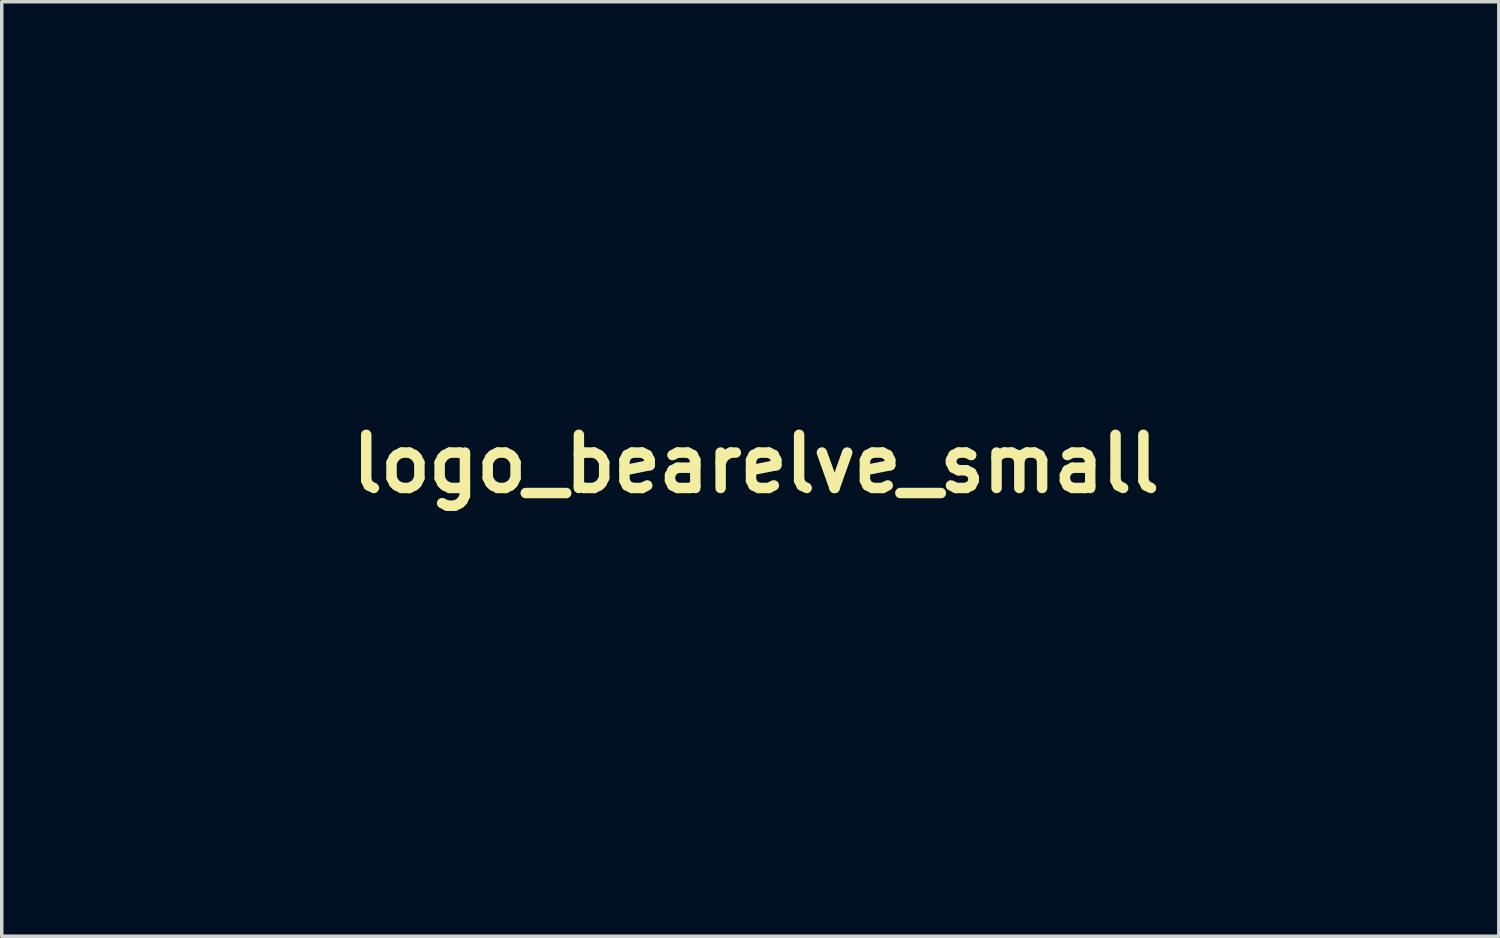
<source format=kicad_pcb>
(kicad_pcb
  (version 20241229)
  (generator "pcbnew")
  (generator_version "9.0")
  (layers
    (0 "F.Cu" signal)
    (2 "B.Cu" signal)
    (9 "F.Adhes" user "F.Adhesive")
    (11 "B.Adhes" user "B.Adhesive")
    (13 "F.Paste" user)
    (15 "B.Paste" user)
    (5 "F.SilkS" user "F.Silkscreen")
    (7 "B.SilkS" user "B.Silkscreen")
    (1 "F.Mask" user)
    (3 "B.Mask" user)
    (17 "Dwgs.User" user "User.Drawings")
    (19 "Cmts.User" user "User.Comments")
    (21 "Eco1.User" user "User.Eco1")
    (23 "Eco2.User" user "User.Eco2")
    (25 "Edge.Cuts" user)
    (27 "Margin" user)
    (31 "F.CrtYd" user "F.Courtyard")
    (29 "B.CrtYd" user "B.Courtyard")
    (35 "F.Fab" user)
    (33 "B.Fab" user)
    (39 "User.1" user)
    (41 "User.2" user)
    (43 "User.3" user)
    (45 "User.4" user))
  (footprint "logo_bearelve_small"
    (layer "F.Cu")
    (at 18.625 10.25)
    (property "Reference" "logo_bearelve_small" (at 0 0 0) (layer "F.SilkS") (effects (font (size 1.524 1.524) (thickness 0.3))))
    (attr through_hole)
    (fp_poly (pts (xy -12.531 -2.244) (xy -12.573 -2.201) (xy -12.615 -2.244) (xy -12.573 -2.286) (xy -12.531 -2.244)) (stroke (width 0.01) (type solid)) (fill yes) (layer "F.Mask"))
    (fp_poly (pts (xy -11.091 6.392) (xy -11.134 6.435) (xy -11.176 6.392) (xy -11.134 6.35) (xy -11.091 6.392)) (stroke (width 0.01) (type solid)) (fill yes) (layer "F.Mask"))
    (fp_poly (pts (xy -9.652 -1.312) (xy -9.694 -1.27) (xy -9.737 -1.312) (xy -9.694 -1.355) (xy -9.652 -1.312)) (stroke (width 0.01) (type solid)) (fill yes) (layer "F.Mask"))
    (fp_poly (pts (xy -7.959 -0.55) (xy -8.001 -0.508) (xy -8.043 -0.55) (xy -8.001 -0.593) (xy -7.959 -0.55)) (stroke (width 0.01) (type solid)) (fill yes) (layer "F.Mask"))
    (fp_poly (pts (xy -6.265 -5.884) (xy -6.308 -5.842) (xy -6.35 -5.884) (xy -6.308 -5.927) (xy -6.265 -5.884)) (stroke (width 0.01) (type solid)) (fill yes) (layer "F.Mask"))
    (fp_poly (pts (xy -3.387 0.804) (xy -3.429 0.847) (xy -3.471 0.804) (xy -3.429 0.762) (xy -3.387 0.804)) (stroke (width 0.01) (type solid)) (fill yes) (layer "F.Mask"))
    (fp_poly (pts (xy -2.201 -2.921) (xy -2.244 -2.879) (xy -2.286 -2.921) (xy -2.244 -2.963) (xy -2.201 -2.921)) (stroke (width 0.01) (type solid)) (fill yes) (layer "F.Mask"))
    (fp_poly (pts (xy -1.778 0.042) (xy -1.82 0.085) (xy -1.863 0.042) (xy -1.82 0) (xy -1.778 0.042)) (stroke (width 0.01) (type solid)) (fill yes) (layer "F.Mask"))
    (fp_poly (pts (xy -1.609 0.042) (xy -1.651 0.085) (xy -1.693 0.042) (xy -1.651 0) (xy -1.609 0.042)) (stroke (width 0.01) (type solid)) (fill yes) (layer "F.Mask"))
    (fp_poly (pts (xy -1.609 3.598) (xy -1.651 3.641) (xy -1.693 3.598) (xy -1.651 3.556) (xy -1.609 3.598)) (stroke (width 0.01) (type solid)) (fill yes) (layer "F.Mask"))
    (fp_poly (pts (xy 6.689 0.127) (xy 6.646 0.169) (xy 6.604 0.127) (xy 6.646 0.085) (xy 6.689 0.127)) (stroke (width 0.01) (type solid)) (fill yes) (layer "F.Mask"))
    (fp_poly (pts (xy 6.858 0.296) (xy 6.816 0.339) (xy 6.773 0.296) (xy 6.816 0.254) (xy 6.858 0.296)) (stroke (width 0.01) (type solid)) (fill yes) (layer "F.Mask"))
    (fp_poly (pts (xy -12.215 -2.337) (xy -12.24 -2.299) (xy -12.326 -2.293) (xy -12.416 -2.313) (xy -12.377 -2.344) (xy -12.245 -2.354) (xy -12.215 -2.337)) (stroke (width 0.01) (type solid)) (fill yes) (layer "F.Mask"))
    (fp_poly (pts (xy -10.606 -2.676) (xy -10.632 -2.637) (xy -10.717 -2.631) (xy -10.808 -2.652) (xy -10.769 -2.683) (xy -10.636 -2.693) (xy -10.606 -2.676)) (stroke (width 0.01) (type solid)) (fill yes) (layer "F.Mask"))
    (fp_poly (pts (xy -9.85 -1.242) (xy -9.861 -1.191) (xy -9.906 -1.185) (xy -9.976 -1.216) (xy -9.962 -1.242) (xy -9.862 -1.252) (xy -9.85 -1.242)) (stroke (width 0.01) (type solid)) (fill yes) (layer "F.Mask"))
    (fp_poly (pts (xy -9.596 -1.58) (xy -9.585 -1.48) (xy -9.596 -1.468) (xy -9.646 -1.479) (xy -9.652 -1.524) (xy -9.621 -1.594) (xy -9.596 -1.58)) (stroke (width 0.01) (type solid)) (fill yes) (layer "F.Mask"))
    (fp_poly (pts (xy -2.688 -0.225) (xy -2.678 -0.195) (xy -2.794 -0.183) (xy -2.914 -0.196) (xy -2.9 -0.225) (xy -2.726 -0.237) (xy -2.688 -0.225)) (stroke (width 0.01) (type solid)) (fill yes) (layer "F.Mask"))
    (fp_poly (pts (xy -2.314 -0.141) (xy -2.326 -0.091) (xy -2.371 -0.085) (xy -2.44 -0.116) (xy -2.427 -0.141) (xy -2.327 -0.151) (xy -2.314 -0.141)) (stroke (width 0.01) (type solid)) (fill yes) (layer "F.Mask"))
    (fp_poly (pts (xy -2.143 -1.963) (xy -2.133 -1.831) (xy -2.15 -1.801) (xy -2.189 -1.826) (xy -2.195 -1.912) (xy -2.174 -2.002) (xy -2.143 -1.963)) (stroke (width 0.01) (type solid)) (fill yes) (layer "F.Mask"))
    (fp_poly (pts (xy -0.531 0.288) (xy -0.556 0.326) (xy -0.642 0.332) (xy -0.732 0.311) (xy -0.693 0.281) (xy -0.561 0.271) (xy -0.531 0.288)) (stroke (width 0.01) (type solid)) (fill yes) (layer "F.Mask"))
    (fp_poly (pts (xy -3.735 -0.988) (xy -3.742 -0.874) (xy -3.771 -0.767) (xy -3.81 -0.817) (xy -3.836 -0.88) (xy -3.868 -1.03) (xy -3.854 -1.085) (xy -3.777 -1.095) (xy -3.735 -0.988)) (stroke (width 0.01) (type solid)) (fill yes) (layer "F.Mask"))
    (fp_poly (pts (xy 0.148 0.365) (xy 0.175 0.39) (xy 0.057 0.403) (xy 0 0.404) (xy -0.154 0.395) (xy -0.172 0.373) (xy -0.148 0.365) (xy 0.067 0.352) (xy 0.148 0.365)) (stroke (width 0.01) (type solid)) (fill yes) (layer "F.Mask"))
    (fp_poly (pts (xy 1.97 0.198) (xy 1.973 0.226) (xy 1.84 0.238) (xy 1.82 0.237) (xy 1.689 0.225) (xy 1.702 0.2) (xy 1.716 0.195) (xy 1.901 0.183) (xy 1.97 0.198)) (stroke (width 0.01) (type solid)) (fill yes) (layer "F.Mask"))
    (fp_poly (pts (xy -5.108 -1.579) (xy -4.975 -1.509) (xy -4.958 -1.43) (xy -5.085 -1.358) (xy -5.252 -1.407) (xy -5.334 -1.482) (xy -5.394 -1.582) (xy -5.319 -1.609) (xy -5.309 -1.609) (xy -5.108 -1.579)) (stroke (width 0.01) (type solid)) (fill yes) (layer "F.Mask"))
    (fp_poly (pts (xy -4.953 -5.883) (xy -4.911 -5.818) (xy -4.849 -5.65) (xy -4.856 -5.564) (xy -4.894 -5.51) (xy -4.904 -5.56) (xy -4.934 -5.722) (xy -4.959 -5.814) (xy -4.989 -5.921) (xy -4.953 -5.883)) (stroke (width 0.01) (type solid)) (fill yes) (layer "F.Mask"))
    (fp_poly (pts (xy 6.275 -0.122) (xy 6.397 -0.045) (xy 6.513 0.055) (xy 6.491 0.07) (xy 6.345 0.002) (xy 6.265 -0.042) (xy 6.144 -0.127) (xy 6.141 -0.166) (xy 6.143 -0.166) (xy 6.275 -0.122)) (stroke (width 0.01) (type solid)) (fill yes) (layer "F.Mask"))
    (fp_poly (pts (xy -1.182 0.128) (xy -1.016 0.169) (xy -0.888 0.218) (xy -0.918 0.236) (xy -0.974 0.237) (xy -1.189 0.211) (xy -1.355 0.169) (xy -1.482 0.121) (xy -1.453 0.103) (xy -1.397 0.102) (xy -1.182 0.128)) (stroke (width 0.01) (type solid)) (fill yes) (layer "F.Mask"))
    (fp_poly (pts (xy -1.996 2.712) (xy -1.901 2.871) (xy -1.784 3.096) (xy -1.717 3.259) (xy -1.712 3.306) (xy -1.759 3.275) (xy -1.855 3.129) (xy -1.926 2.998) (xy -2.055 2.732) (xy -2.108 2.59) (xy -2.088 2.58) (xy -1.996 2.712)) (stroke (width 0.01) (type solid)) (fill yes) (layer "F.Mask"))
    (fp_poly (pts (xy -11.032 -2.579) (xy -11.208 -2.519) (xy -11.303 -2.492) (xy -11.581 -2.424) (xy -11.815 -2.384) (xy -11.896 -2.38) (xy -11.915 -2.4) (xy -11.795 -2.447) (xy -11.599 -2.501) (xy -11.3 -2.57) (xy -11.094 -2.605) (xy -10.999 -2.608) (xy -11.032 -2.579)) (stroke (width 0.01) (type solid)) (fill yes) (layer "F.Mask"))
    (fp_poly (pts (xy 12.524 4.794) (xy 12.648 5.002) (xy 12.697 5.187) (xy 12.663 5.304) (xy 12.594 5.323) (xy 12.46 5.308) (xy 12.213 5.279) (xy 11.923 5.246) (xy 11.6 5.202) (xy 11.32 5.153) (xy 11.161 5.115) (xy 10.964 5.05) (xy 11.176 4.989) (xy 11.423 4.94) (xy 11.651 4.919) (xy 11.912 4.859) (xy 12.131 4.741) (xy 12.348 4.57) (xy 12.524 4.794)) (stroke (width 0.01) (type solid)) (fill yes) (layer "F.Mask"))
    (fp_poly (pts (xy 6.091 1.813) (xy 6.134 1.971) (xy 6.24 2.215) (xy 6.355 2.435) (xy 6.488 2.702) (xy 6.572 2.931) (xy 6.588 3.049) (xy 6.552 3.148) (xy 6.46 3.154) (xy 6.308 3.097) (xy 6.127 2.98) (xy 6.004 2.783) (xy 5.936 2.587) (xy 5.871 2.324) (xy 5.868 2.141) (xy 5.93 1.963) (xy 5.952 1.918) (xy 6.041 1.763) (xy 6.084 1.758) (xy 6.091 1.813)) (stroke (width 0.01) (type solid)) (fill yes) (layer "F.Mask"))
    (fp_poly (pts (xy -10.259 -2.413) (xy -10.28 -2.328) (xy -10.401 -2.178) (xy -10.585 -1.999) (xy -10.796 -1.825) (xy -10.995 -1.691) (xy -11.062 -1.657) (xy -11.297 -1.573) (xy -11.613 -1.483) (xy -11.824 -1.433) (xy -12.086 -1.372) (xy -12.201 -1.329) (xy -12.186 -1.293) (xy -12.107 -1.265) (xy -12.027 -1.228) (xy -12.093 -1.206) (xy -12.316 -1.194) (xy -12.361 -1.193) (xy -12.694 -1.172) (xy -13.012 -1.127) (xy -13.137 -1.098) (xy -13.343 -1.012) (xy -13.65 -0.849) (xy -14.021 -0.631) (xy -14.42 -0.382) (xy -14.811 -0.123) (xy -15.157 0.122) (xy -15.42 0.329) (xy -15.652 0.516) (xy -15.769 0.582) (xy -15.766 0.53) (xy -15.64 0.362) (xy -15.527 0.233) (xy -15.29 0.013) (xy -14.961 -0.234) (xy -14.568 -0.493) (xy -14.137 -0.751) (xy -13.697 -0.991) (xy -13.275 -1.199) (xy -12.899 -1.361) (xy -12.596 -1.462) (xy -12.393 -1.487) (xy -12.346 -1.472) (xy -12.22 -1.466) (xy -11.99 -1.506) (xy -11.708 -1.578) (xy -11.428 -1.666) (xy -11.204 -1.756) (xy -11.096 -1.822) (xy -11.037 -1.905) (xy -10.837 -1.905) (xy -10.795 -1.863) (xy -10.753 -1.905) (xy -10.795 -1.947) (xy -10.837 -1.905) (xy -11.037 -1.905) (xy -11.015 -1.936) (xy -11.062 -1.996) (xy -11.249 -2.005) (xy -11.587 -1.963) (xy -11.684 -1.947) (xy -11.986 -1.904) (xy -12.218 -1.885) (xy -12.335 -1.894) (xy -12.339 -1.896) (xy -12.316 -1.939) (xy -12.247 -1.947) (xy -12.052 -1.988) (xy -11.958 -2.03) (xy -11.807 -2.089) (xy -11.554 -2.163) (xy -11.241 -2.242) (xy -10.912 -2.317) (xy -10.611 -2.377) (xy -10.38 -2.413) (xy -10.263 -2.416) (xy -10.259 -2.413)) (stroke (width 0.01) (type solid)) (fill yes) (layer "F.Mask"))
    (fp_poly (pts (xy 7.139 0.496) (xy 7.325 0.569) (xy 7.621 0.555) (xy 7.64 0.552) (xy 7.905 0.521) (xy 8.266 0.496) (xy 8.647 0.48) (xy 8.678 0.48) (xy 9.356 0.466) (xy 9.589 0.901) (xy 9.917 1.419) (xy 10.306 1.839) (xy 10.789 2.19) (xy 11.402 2.501) (xy 11.512 2.549) (xy 12.034 2.786) (xy 12.424 3.009) (xy 12.715 3.235) (xy 12.756 3.274) (xy 12.988 3.543) (xy 13.212 3.87) (xy 13.405 4.213) (xy 13.545 4.53) (xy 13.608 4.778) (xy 13.605 4.855) (xy 13.575 4.953) (xy 13.558 4.923) (xy 13.501 4.736) (xy 13.371 4.461) (xy 13.197 4.144) (xy 13.003 3.837) (xy 12.851 3.626) (xy 12.744 3.506) (xy 12.606 3.387) (xy 12.418 3.256) (xy 12.16 3.102) (xy 11.812 2.913) (xy 11.354 2.678) (xy 10.767 2.386) (xy 10.626 2.316) (xy 10.094 2.056) (xy 9.609 1.822) (xy 9.193 1.625) (xy 8.868 1.475) (xy 8.655 1.382) (xy 8.577 1.355) (xy 8.526 1.399) (xy 8.56 1.551) (xy 8.598 1.648) (xy 8.689 1.878) (xy 8.711 1.984) (xy 8.663 2.001) (xy 8.595 1.978) (xy 8.428 1.97) (xy 8.226 2.015) (xy 8.026 2.059) (xy 7.895 2.045) (xy 7.802 1.915) (xy 7.723 1.691) (xy 7.674 1.44) (xy 7.67 1.231) (xy 7.699 1.15) (xy 7.745 1.02) (xy 7.639 0.945) (xy 7.507 0.931) (xy 7.324 0.978) (xy 7.058 1.099) (xy 6.764 1.266) (xy 6.494 1.45) (xy 6.371 1.55) (xy 6.241 1.644) (xy 6.181 1.639) (xy 6.181 1.634) (xy 6.244 1.542) (xy 6.411 1.386) (xy 6.647 1.198) (xy 6.668 1.182) (xy 6.912 0.999) (xy 7.009 0.926) (xy 8.467 0.926) (xy 8.535 1.013) (xy 8.71 1.148) (xy 8.947 1.302) (xy 9.201 1.448) (xy 9.426 1.559) (xy 9.577 1.608) (xy 9.586 1.609) (xy 9.713 1.578) (xy 9.737 1.542) (xy 9.694 1.401) (xy 9.59 1.186) (xy 9.46 0.962) (xy 9.341 0.794) (xy 9.293 0.749) (xy 9.119 0.706) (xy 9.059 0.714) (xy 8.883 0.756) (xy 8.7 0.798) (xy 8.531 0.859) (xy 8.467 0.926) (xy 7.009 0.926) (xy 7.099 0.859) (xy 7.191 0.789) (xy 7.193 0.787) (xy 7.184 0.7) (xy 7.116 0.568) (xy 7.043 0.442) (xy 7.069 0.44) (xy 7.139 0.496)) (stroke (width 0.01) (type solid)) (fill yes) (layer "F.Mask"))
    (fp_poly (pts (xy -12.277 1.674) (xy -12.233 1.694) (xy -11.962 1.762) (xy -11.561 1.747) (xy -11.307 1.727) (xy -11.138 1.734) (xy -11.095 1.756) (xy -11.16 1.944) (xy -11.337 2.242) (xy -11.62 2.642) (xy -12.002 3.132) (xy -12.159 3.445) (xy -12.192 3.668) (xy -12.223 3.903) (xy -12.3 4.074) (xy -12.308 4.083) (xy -12.413 4.221) (xy -12.537 4.424) (xy -12.645 4.628) (xy -12.699 4.767) (xy -12.7 4.779) (xy -12.632 4.822) (xy -12.587 4.826) (xy -12.491 4.889) (xy -12.482 5.039) (xy -12.557 5.219) (xy -12.596 5.269) (xy -12.663 5.352) (xy -12.679 5.426) (xy -12.628 5.53) (xy -12.495 5.702) (xy -12.364 5.86) (xy -12.182 5.981) (xy -12.037 6.011) (xy -11.89 6.045) (xy -11.881 6.131) (xy -11.857 6.255) (xy -11.693 6.332) (xy -11.508 6.35) (xy -11.37 6.414) (xy -11.345 6.51) (xy -11.297 6.631) (xy -11.134 6.726) (xy -10.831 6.809) (xy -10.761 6.823) (xy -10.598 6.928) (xy -10.505 7.117) (xy -10.5 7.166) (xy -10.431 7.278) (xy -10.372 7.312) (xy -10.258 7.404) (xy -10.27 7.5) (xy -10.378 7.535) (xy -10.547 7.592) (xy -10.629 7.653) (xy -10.762 7.717) (xy -11.018 7.788) (xy -11.35 7.852) (xy -11.49 7.873) (xy -12.012 7.957) (xy -12.394 8.044) (xy -12.627 8.132) (xy -12.7 8.213) (xy -12.658 8.274) (xy -12.518 8.318) (xy -12.261 8.345) (xy -11.869 8.359) (xy -11.459 8.363) (xy -11.05 8.366) (xy -10.784 8.378) (xy -10.63 8.403) (xy -10.563 8.446) (xy -10.553 8.499) (xy -10.507 8.589) (xy -10.341 8.684) (xy -10.035 8.797) (xy -9.902 8.839) (xy -9.566 8.955) (xy -9.276 9.08) (xy -9.084 9.19) (xy -9.062 9.208) (xy -8.896 9.313) (xy -8.624 9.413) (xy -8.232 9.511) (xy -7.709 9.61) (xy -7.042 9.711) (xy -6.221 9.818) (xy -6.096 9.833) (xy -4.53 10.022) (xy -3.725 9.781) (xy -3.144 9.589) (xy -2.727 9.412) (xy -2.471 9.248) (xy -2.372 9.094) (xy -2.371 9.074) (xy -2.313 8.939) (xy -2.165 8.745) (xy -2.032 8.604) (xy -1.842 8.389) (xy -1.717 8.191) (xy -1.689 8.096) (xy -1.686 7.957) (xy -1.679 7.679) (xy -1.67 7.291) (xy -1.659 6.825) (xy -1.646 6.309) (xy -1.646 6.308) (xy -1.634 5.762) (xy -1.623 5.238) (xy -1.614 4.772) (xy -1.608 4.405) (xy -1.605 4.191) (xy -1.603 3.683) (xy -1.442 4.022) (xy -1.312 4.332) (xy -1.195 4.672) (xy -1.175 4.741) (xy -1.106 4.992) (xy -1.061 5.145) (xy -1.015 5.267) (xy -0.947 5.423) (xy -0.895 5.539) (xy -0.762 5.758) (xy -0.544 6.032) (xy -0.275 6.328) (xy 0.012 6.611) (xy 0.282 6.848) (xy 0.504 7.006) (xy 0.604 7.049) (xy 0.912 7.147) (xy 1.286 7.305) (xy 1.675 7.498) (xy 2.032 7.701) (xy 2.307 7.888) (xy 2.413 7.983) (xy 2.6 8.175) (xy 2.758 8.317) (xy 2.798 8.347) (xy 2.939 8.483) (xy 3.014 8.594) (xy 3.176 8.733) (xy 3.5 8.848) (xy 3.606 8.873) (xy 3.985 8.962) (xy 4.387 9.063) (xy 4.572 9.113) (xy 4.902 9.203) (xy 5.223 9.287) (xy 5.36 9.322) (xy 5.526 9.343) (xy 5.836 9.363) (xy 6.267 9.381) (xy 6.795 9.397) (xy 7.395 9.41) (xy 8.044 9.419) (xy 8.247 9.421) (xy 9.015 9.428) (xy 9.63 9.438) (xy 10.106 9.451) (xy 10.461 9.469) (xy 10.708 9.491) (xy 10.865 9.518) (xy 10.946 9.552) (xy 10.948 9.554) (xy 11.099 9.607) (xy 11.358 9.637) (xy 11.664 9.644) (xy 11.956 9.628) (xy 12.175 9.588) (xy 12.234 9.562) (xy 12.371 9.522) (xy 12.591 9.5) (xy 12.615 9.499) (xy 12.789 9.496) (xy 13.101 9.489) (xy 13.521 9.481) (xy 14.018 9.471) (xy 14.563 9.46) (xy 14.685 9.458) (xy 16.459 9.423) (xy 16.538 9.178) (xy 16.623 8.964) (xy 16.703 8.824) (xy 16.754 8.735) (xy 16.721 8.675) (xy 16.582 8.634) (xy 16.312 8.604) (xy 16.075 8.587) (xy 15.752 8.566) (xy 15.486 8.545) (xy 15.331 8.531) (xy 15.325 8.53) (xy 15.166 8.535) (xy 14.922 8.567) (xy 14.832 8.583) (xy 14.433 8.606) (xy 13.926 8.538) (xy 13.858 8.524) (xy 12.649 8.291) (xy 11.47 8.107) (xy 10.374 7.98) (xy 10.075 7.955) (xy 9.598 7.916) (xy 9.132 7.871) (xy 8.727 7.827) (xy 8.436 7.789) (xy 8.424 7.787) (xy 8.108 7.751) (xy 7.693 7.723) (xy 7.248 7.707) (xy 7.059 7.705) (xy 6.522 7.698) (xy 6.132 7.673) (xy 5.869 7.627) (xy 5.711 7.558) (xy 5.638 7.463) (xy 5.571 7.326) (xy 5.44 7.093) (xy 5.272 6.811) (xy 5.249 6.773) (xy 4.942 6.251) (xy 4.652 5.717) (xy 4.392 5.197) (xy 4.174 4.72) (xy 4.011 4.312) (xy 3.916 4.002) (xy 3.897 3.859) (xy 3.906 3.737) (xy 3.951 3.752) (xy 4.031 3.852) (xy 4.146 4.027) (xy 4.292 4.28) (xy 4.367 4.42) (xy 4.649 4.845) (xy 5.037 5.264) (xy 5.477 5.618) (xy 5.63 5.716) (xy 5.833 5.823) (xy 6.042 5.901) (xy 6.301 5.962) (xy 6.655 6.015) (xy 6.985 6.055) (xy 7.327 6.106) (xy 7.711 6.182) (xy 7.874 6.22) (xy 8.237 6.306) (xy 8.645 6.396) (xy 8.848 6.438) (xy 9.206 6.524) (xy 9.537 6.628) (xy 9.801 6.735) (xy 9.961 6.831) (xy 9.991 6.878) (xy 10.059 6.936) (xy 10.112 6.943) (xy 10.234 7.013) (xy 10.285 7.104) (xy 10.348 7.242) (xy 10.457 7.347) (xy 10.64 7.432) (xy 10.925 7.509) (xy 11.339 7.587) (xy 11.543 7.621) (xy 12.287 7.756) (xy 12.9 7.898) (xy 13.42 8.059) (xy 13.887 8.249) (xy 13.919 8.264) (xy 14.392 8.426) (xy 14.803 8.437) (xy 15.165 8.294) (xy 15.447 8.049) (xy 15.535 7.941) (xy 15.562 7.843) (xy 15.524 7.703) (xy 15.417 7.472) (xy 15.391 7.419) (xy 15.171 6.97) (xy 15.523 7.061) (xy 15.77 7.143) (xy 15.955 7.234) (xy 15.987 7.259) (xy 16.128 7.343) (xy 16.268 7.364) (xy 16.337 7.312) (xy 16.338 7.303) (xy 16.271 7.228) (xy 16.091 7.078) (xy 15.824 6.87) (xy 15.495 6.624) (xy 15.132 6.36) (xy 14.761 6.096) (xy 14.407 5.853) (xy 14.145 5.681) (xy 13.845 5.488) (xy 13.663 5.365) (xy 13.574 5.289) (xy 13.553 5.237) (xy 13.575 5.187) (xy 13.589 5.164) (xy 13.681 5.131) (xy 13.831 5.232) (xy 13.966 5.342) (xy 14.208 5.525) (xy 14.524 5.757) (xy 14.883 6.016) (xy 14.953 6.066) (xy 15.487 6.452) (xy 15.893 6.758) (xy 16.184 6.999) (xy 16.374 7.185) (xy 16.478 7.331) (xy 16.51 7.447) (xy 16.51 7.448) (xy 16.56 7.584) (xy 16.716 7.62) (xy 16.91 7.685) (xy 16.976 7.789) (xy 17.069 7.927) (xy 17.149 7.959) (xy 17.223 7.988) (xy 17.201 8.103) (xy 17.172 8.17) (xy 17.078 8.326) (xy 17.004 8.382) (xy 16.918 8.41) (xy 16.962 8.478) (xy 17.109 8.564) (xy 17.293 8.632) (xy 17.647 8.756) (xy 17.954 8.896) (xy 18.179 9.034) (xy 18.284 9.148) (xy 18.288 9.168) (xy 18.216 9.262) (xy 18.034 9.383) (xy 17.793 9.505) (xy 17.544 9.602) (xy 17.339 9.651) (xy 17.307 9.653) (xy 17.124 9.677) (xy 16.858 9.74) (xy 16.714 9.782) (xy 16.329 9.873) (xy 15.785 9.957) (xy 15.09 10.035) (xy 14.256 10.105) (xy 13.29 10.167) (xy 12.204 10.222) (xy 11.006 10.268) (xy 9.706 10.306) (xy 8.313 10.335) (xy 6.838 10.355) (xy 5.29 10.366) (xy 3.679 10.367) (xy 2.014 10.358) (xy 0.304 10.339) (xy -0.55 10.325) (xy -1.389 10.315) (xy -2.07 10.316) (xy -2.602 10.329) (xy -2.998 10.354) (xy -3.26 10.39) (xy -3.95 10.489) (xy -4.727 10.535) (xy -5.517 10.524) (xy -5.969 10.489) (xy -6.199 10.473) (xy -6.58 10.458) (xy -7.092 10.443) (xy -7.718 10.429) (xy -8.437 10.417) (xy -9.232 10.406) (xy -10.083 10.398) (xy -10.972 10.392) (xy -11.388 10.39) (xy -12.442 10.386) (xy -13.342 10.381) (xy -14.101 10.374) (xy -14.733 10.364) (xy -15.253 10.349) (xy -15.675 10.326) (xy -16.014 10.295) (xy -16.283 10.254) (xy -16.497 10.202) (xy -16.671 10.136) (xy -16.818 10.055) (xy -16.953 9.958) (xy -17.089 9.843) (xy -17.209 9.737) (xy -17.526 9.374) (xy -17.822 8.874) (xy -18.087 8.269) (xy -18.31 7.591) (xy -18.479 6.871) (xy -18.583 6.142) (xy -18.604 5.842) (xy -18.619 5.44) (xy -16.484 5.44) (xy -16.48 5.616) (xy -16.448 5.886) (xy -16.386 6.285) (xy -16.383 6.308) (xy -16.355 6.529) (xy -16.348 6.625) (xy -16.283 6.737) (xy -16.127 6.901) (xy -15.93 7.076) (xy -15.741 7.217) (xy -15.608 7.281) (xy -15.6 7.281) (xy -15.526 7.225) (xy -15.369 7.078) (xy -15.16 6.871) (xy -15.147 6.858) (xy -14.923 6.646) (xy -14.731 6.494) (xy -14.611 6.435) (xy -14.609 6.435) (xy -14.501 6.364) (xy -14.38 6.187) (xy -14.346 6.117) (xy -14.233 5.864) (xy -14.135 5.647) (xy -14.121 5.617) (xy -14.074 5.442) (xy -14.088 5.349) (xy -14.24 5.249) (xy -14.517 5.203) (xy -14.883 5.214) (xy -15.049 5.236) (xy -15.354 5.27) (xy -15.554 5.244) (xy -15.668 5.186) (xy -15.879 5.11) (xy -16.126 5.116) (xy -16.343 5.19) (xy -16.464 5.323) (xy -16.464 5.323) (xy -16.484 5.44) (xy -18.619 5.44) (xy -18.62 5.431) (xy -18.617 5.133) (xy -18.586 4.89) (xy -18.52 4.645) (xy -18.41 4.343) (xy -18.38 4.263) (xy -18.234 3.921) (xy -18.081 3.62) (xy -17.948 3.411) (xy -17.916 3.374) (xy -17.74 3.158) (xy -17.578 2.9) (xy -17.567 2.879) (xy -17.448 2.682) (xy -17.281 2.445) (xy -17.094 2.204) (xy -16.916 1.994) (xy -16.775 1.852) (xy -16.702 1.812) (xy -16.701 1.813) (xy -16.724 1.896) (xy -16.821 2.08) (xy -16.963 2.314) (xy -17.321 2.994) (xy -17.532 3.702) (xy -17.574 3.958) (xy -17.59 4.339) (xy -17.515 4.587) (xy -17.341 4.715) (xy -17.148 4.741) (xy -16.865 4.662) (xy -16.64 4.436) (xy -16.488 4.081) (xy -16.48 4.05) (xy -16.39 3.854) (xy -16.201 3.632) (xy -15.903 3.376) (xy -15.485 3.077) (xy -14.935 2.727) (xy -14.243 2.317) (xy -14.163 2.272) (xy -13.527 1.937) (xy -12.999 1.725) (xy -12.582 1.638) (xy -12.277 1.674)) (stroke (width 0.01) (type solid)) (fill yes) (layer "F.Mask"))
    (fp_poly (pts (xy -1.279 -7.988) (xy -1.376 -7.777) (xy -1.513 -7.573) (xy -1.653 -7.34) (xy -1.827 -6.992) (xy -2.014 -6.575) (xy -2.196 -6.135) (xy -2.353 -5.719) (xy -2.466 -5.372) (xy -2.498 -5.245) (xy -2.562 -5.041) (xy -2.671 -4.768) (xy -2.807 -4.47) (xy -2.949 -4.186) (xy -3.077 -3.957) (xy -3.171 -3.826) (xy -3.197 -3.809) (xy -3.275 -3.741) (xy -3.352 -3.61) (xy -3.444 -3.41) (xy -2.525 -3.355) (xy -1.916 -3.294) (xy -1.385 -3.193) (xy -0.959 -3.059) (xy -0.664 -2.9) (xy -0.58 -2.821) (xy -0.518 -2.728) (xy -0.579 -2.719) (xy -0.678 -2.745) (xy -0.722 -2.74) (xy -0.636 -2.669) (xy -0.438 -2.549) (xy -0.434 -2.547) (xy -0.187 -2.417) (xy -0.001 -2.337) (xy 0.076 -2.323) (xy 0.189 -2.316) (xy 0.423 -2.253) (xy 0.745 -2.145) (xy 1.121 -2.007) (xy 1.519 -1.85) (xy 1.904 -1.687) (xy 2.244 -1.53) (xy 2.442 -1.428) (xy 2.828 -1.234) (xy 3.143 -1.121) (xy 3.451 -1.07) (xy 3.55 -1.063) (xy 3.926 -1.015) (xy 4.327 -0.921) (xy 4.494 -0.866) (xy 4.839 -0.729) (xy 5.179 -0.582) (xy 5.485 -0.438) (xy 5.73 -0.313) (xy 5.885 -0.219) (xy 5.92 -0.172) (xy 5.903 -0.169) (xy 5.758 -0.099) (xy 5.683 0.016) (xy 5.631 0.138) (xy 5.596 0.113) (xy 5.558 -0.025) (xy 5.409 -0.281) (xy 5.117 -0.479) (xy 4.932 -0.547) (xy 4.78 -0.56) (xy 4.741 -0.514) (xy 4.811 -0.438) (xy 4.895 -0.423) (xy 5.116 -0.349) (xy 5.302 -0.167) (xy 5.4 0.063) (xy 5.402 0.156) (xy 5.363 0.309) (xy 5.257 0.361) (xy 5.101 0.354) (xy 4.912 0.36) (xy 4.827 0.412) (xy 4.826 0.418) (xy 4.898 0.479) (xy 5.073 0.505) (xy 5.289 0.496) (xy 5.483 0.454) (xy 5.576 0.402) (xy 5.649 0.346) (xy 5.632 0.43) (xy 5.626 0.445) (xy 5.545 0.54) (xy 5.368 0.581) (xy 5.177 0.584) (xy 4.887 0.565) (xy 4.634 0.526) (xy 4.572 0.51) (xy 4.428 0.492) (xy 4.143 0.477) (xy 3.742 0.467) (xy 3.254 0.462) (xy 2.705 0.462) (xy 2.413 0.464) (xy 1.936 0.468) (xy 1.592 0.469) (xy 1.388 0.468) (xy 1.332 0.464) (xy 1.43 0.458) (xy 1.672 0.451) (xy 2.102 0.434) (xy 2.465 0.411) (xy 2.729 0.383) (xy 2.866 0.354) (xy 2.879 0.342) (xy 2.806 0.288) (xy 2.646 0.271) (xy 2.371 0.268) (xy 2.242 0.248) (xy 2.268 0.216) (xy 2.455 0.177) (xy 2.498 0.171) (xy 2.818 0.128) (xy 3.125 0.091) (xy 3.385 0.062) (xy 3.565 0.046) (xy 3.634 0.046) (xy 3.598 0.057) (xy 3.371 0.118) (xy 3.312 0.17) (xy 3.421 0.214) (xy 3.699 0.249) (xy 3.725 0.251) (xy 4.095 0.271) (xy 4.467 0.275) (xy 4.681 0.267) (xy 4.919 0.241) (xy 5.016 0.201) (xy 5 0.134) (xy 4.988 0.119) (xy 4.844 0.016) (xy 4.773 0) (xy 4.665 -0.063) (xy 4.644 -0.26) (xy 4.65 -0.318) (xy 4.591 -0.422) (xy 4.443 -0.509) (xy 4.25 -0.577) (xy 4.168 -0.576) (xy 4.149 -0.503) (xy 4.149 -0.475) (xy 4.075 -0.378) (xy 3.898 -0.307) (xy 3.895 -0.306) (xy 3.609 -0.247) (xy 3.387 -0.202) (xy 3.205 -0.184) (xy 3.137 -0.244) (xy 3.133 -0.291) (xy 3.111 -0.366) (xy 3.023 -0.4) (xy 2.832 -0.398) (xy 2.603 -0.377) (xy 2.32 -0.349) (xy 2.181 -0.347) (xy 2.162 -0.376) (xy 2.241 -0.444) (xy 2.272 -0.467) (xy 2.449 -0.555) (xy 2.689 -0.584) (xy 2.949 -0.572) (xy 3.242 -0.539) (xy 3.481 -0.496) (xy 3.577 -0.468) (xy 3.7 -0.456) (xy 3.725 -0.529) (xy 3.662 -0.612) (xy 3.598 -0.635) (xy 4.572 -0.635) (xy 4.614 -0.593) (xy 4.657 -0.635) (xy 4.614 -0.677) (xy 4.572 -0.635) (xy 3.598 -0.635) (xy 3.461 -0.685) (xy 3.138 -0.75) (xy 2.809 -0.799) (xy 2.522 -0.834) (xy 2.344 -0.847) (xy 2.138 -0.898) (xy 2.027 -0.979) (xy 1.848 -1.072) (xy 1.714 -1.06) (xy 1.572 -1.045) (xy 1.569 -1.105) (xy 1.693 -1.162) (xy 1.916 -1.152) (xy 2.181 -1.078) (xy 2.223 -1.061) (xy 2.347 -1.046) (xy 2.371 -1.09) (xy 2.299 -1.177) (xy 2.16 -1.235) (xy 2.017 -1.296) (xy 1.99 -1.355) (xy 1.943 -1.421) (xy 1.778 -1.516) (xy 1.631 -1.579) (xy 1.34 -1.702) (xy 0.984 -1.866) (xy 0.687 -2.012) (xy 0.418 -2.142) (xy 0.214 -2.23) (xy 0.115 -2.258) (xy 0.112 -2.257) (xy 0.15 -2.189) (xy 0.296 -2.057) (xy 0.516 -1.886) (xy 0.772 -1.702) (xy 1.03 -1.531) (xy 1.253 -1.396) (xy 1.406 -1.322) (xy 1.45 -1.319) (xy 1.51 -1.332) (xy 1.49 -1.283) (xy 1.426 -1.213) (xy 1.335 -1.204) (xy 1.195 -1.266) (xy 0.981 -1.413) (xy 0.668 -1.655) (xy 0.576 -1.728) (xy -0.002 -2.148) (xy -0.601 -2.504) (xy -1.187 -2.783) (xy -1.343 -2.836) (xy -1.016 -2.836) (xy -0.974 -2.794) (xy -0.931 -2.836) (xy -0.974 -2.879) (xy -1.016 -2.836) (xy -1.343 -2.836) (xy -1.73 -2.969) (xy -2.196 -3.047) (xy -2.258 -3.048) (xy -2.555 -2.99) (xy -2.77 -2.824) (xy -2.891 -2.684) (xy -2.934 -2.569) (xy -2.905 -2.415) (xy -2.832 -2.211) (xy -2.733 -1.966) (xy -2.645 -1.786) (xy -2.614 -1.74) (xy -2.543 -1.62) (xy -2.565 -1.559) (xy -2.654 -1.598) (xy -2.752 -1.632) (xy -2.84 -1.528) (xy -2.869 -1.47) (xy -2.945 -1.336) (xy -3.049 -1.281) (xy -3.238 -1.286) (xy -3.359 -1.301) (xy -3.641 -1.334) (xy -3.882 -1.353) (xy -3.942 -1.355) (xy -4.123 -1.43) (xy -4.297 -1.62) (xy -4.43 -1.875) (xy -4.456 -1.996) (xy -4.266 -1.996) (xy -4.157 -1.856) (xy -4.099 -1.807) (xy -3.923 -1.705) (xy -3.712 -1.631) (xy -3.519 -1.597) (xy -3.401 -1.616) (xy -3.387 -1.644) (xy -3.36 -1.744) (xy -3.339 -1.804) (xy -3.356 -1.892) (xy -3.5 -1.969) (xy -3.716 -2.03) (xy -4.038 -2.087) (xy -4.224 -2.074) (xy -4.266 -1.996) (xy -4.456 -1.996) (xy -4.487 -2.142) (xy -4.487 -2.159) (xy -4.474 -2.31) (xy -4.402 -2.366) (xy -4.221 -2.358) (xy -4.17 -2.352) (xy -3.865 -2.356) (xy -3.565 -2.422) (xy -3.556 -2.426) (xy -3.39 -2.495) (xy -3.379 -2.515) (xy -3.496 -2.496) (xy -3.757 -2.49) (xy -4.067 -2.544) (xy -4.347 -2.637) (xy -4.505 -2.734) (xy -4.64 -2.832) (xy -4.866 -2.967) (xy -5.016 -3.049) (xy -5.241 -3.179) (xy -5.387 -3.287) (xy -5.419 -3.332) (xy -5.481 -3.372) (xy -5.539 -3.359) (xy -5.607 -3.352) (xy -5.603 -3.433) (xy -5.532 -3.625) (xy -5.524 -3.641) (xy -4.826 -3.641) (xy -4.762 -3.558) (xy -4.741 -3.556) (xy -4.659 -3.62) (xy -4.657 -3.641) (xy -4.721 -3.723) (xy -4.741 -3.725) (xy -4.824 -3.661) (xy -4.826 -3.641) (xy -5.524 -3.641) (xy -5.445 -3.81) (xy -5.249 -3.81) (xy -5.177 -3.746) (xy -5.043 -3.725) (xy -4.863 -3.757) (xy -4.784 -3.81) (xy -4.817 -3.87) (xy -4.981 -3.895) (xy -4.99 -3.895) (xy -5.171 -3.871) (xy -5.249 -3.812) (xy -5.249 -3.81) (xy -5.445 -3.81) (xy -5.392 -3.924) (xy -5.387 -3.933) (xy -4.613 -3.933) (xy -4.609 -3.886) (xy -4.49 -3.813) (xy -4.367 -3.885) (xy -4.359 -3.896) (xy -4.258 -3.945) (xy -4.227 -3.933) (xy -4.154 -3.946) (xy -4.149 -3.974) (xy -4.217 -4.052) (xy -4.391 -4.051) (xy -4.522 -4.013) (xy -4.613 -3.933) (xy -5.387 -3.933) (xy -5.232 -4.209) (xy -5.071 -4.449) (xy -4.934 -4.611) (xy -4.841 -4.664) (xy -4.823 -4.651) (xy -4.764 -4.642) (xy -4.707 -4.789) (xy -4.703 -4.806) (xy -4.612 -5.02) (xy -4.445 -5.272) (xy -4.346 -5.389) (xy -4.196 -5.545) (xy -4.121 -5.611) (xy -4.128 -5.588) (xy -4.198 -5.422) (xy -4.261 -5.182) (xy -4.267 -5.149) (xy -4.344 -4.922) (xy -4.509 -4.697) (xy -4.765 -4.452) (xy -4.983 -4.247) (xy -5.088 -4.114) (xy -5.069 -4.066) (xy -4.902 -4.125) (xy -4.874 -4.149) (xy -3.937 -4.149) (xy -3.918 -4.076) (xy -3.857 -4.064) (xy -3.741 -4.108) (xy -3.725 -4.149) (xy -3.786 -4.231) (xy -3.805 -4.233) (xy -3.92 -4.172) (xy -3.937 -4.149) (xy -4.874 -4.149) (xy -4.826 -4.191) (xy -4.704 -4.274) (xy -4.546 -4.315) (xy -4.411 -4.311) (xy -4.356 -4.256) (xy -4.368 -4.22) (xy -4.378 -4.162) (xy -4.33 -4.183) (xy -4.226 -4.296) (xy -4.162 -4.398) (xy -3.895 -4.398) (xy -3.867 -4.321) (xy -3.805 -4.388) (xy -3.778 -4.449) (xy -3.773 -4.521) (xy -3.517 -4.521) (xy -3.485 -4.489) (xy -3.372 -4.534) (xy -3.344 -4.552) (xy -3.325 -4.583) (xy -2.963 -4.583) (xy -2.905 -4.604) (xy -2.853 -4.645) (xy -2.737 -4.803) (xy -2.64 -5.036) (xy -2.631 -5.069) (xy -2.579 -5.322) (xy -2.528 -5.66) (xy -2.496 -5.927) (xy -2.475 -6.233) (xy -2.487 -6.384) (xy -2.525 -6.389) (xy -2.582 -6.258) (xy -2.652 -6) (xy -2.728 -5.624) (xy -2.734 -5.588) (xy -2.799 -5.238) (xy -2.863 -4.936) (xy -2.915 -4.734) (xy -2.927 -4.699) (xy -2.963 -4.583) (xy -3.325 -4.583) (xy -3.268 -4.678) (xy -3.23 -4.822) (xy -3.224 -4.962) (xy -3.28 -4.961) (xy -3.327 -4.925) (xy -3.427 -4.8) (xy -3.498 -4.644) (xy -3.517 -4.521) (xy -3.773 -4.521) (xy -3.772 -4.537) (xy -3.811 -4.529) (xy -3.892 -4.421) (xy -3.895 -4.398) (xy -4.162 -4.398) (xy -4.106 -4.487) (xy -4.101 -4.498) (xy -3.989 -4.661) (xy -3.89 -4.724) (xy -3.881 -4.723) (xy -3.774 -4.76) (xy -3.606 -4.888) (xy -3.416 -5.067) (xy -3.241 -5.257) (xy -3.122 -5.42) (xy -3.097 -5.514) (xy -3.181 -5.526) (xy -3.272 -5.445) (xy -3.36 -5.345) (xy -3.367 -5.39) (xy -3.343 -5.482) (xy -3.334 -5.632) (xy -3.381 -5.673) (xy -3.447 -5.6) (xy -3.471 -5.44) (xy -3.506 -5.273) (xy -3.632 -5.123) (xy -3.853 -4.966) (xy -4.057 -4.82) (xy -4.175 -4.701) (xy -4.189 -4.653) (xy -4.217 -4.563) (xy -4.31 -4.492) (xy -4.467 -4.423) (xy -4.553 -4.409) (xy -4.534 -4.45) (xy -4.466 -4.494) (xy -4.344 -4.604) (xy -4.318 -4.669) (xy -4.272 -4.793) (xy -4.161 -4.977) (xy -4.147 -4.998) (xy -4.045 -5.165) (xy -3.895 -5.165) (xy -3.864 -5.095) (xy -3.838 -5.108) (xy -3.828 -5.209) (xy -3.838 -5.221) (xy -3.889 -5.209) (xy -3.895 -5.165) (xy -4.045 -5.165) (xy -4.037 -5.177) (xy -3.995 -5.299) (xy -3.996 -5.307) (xy -3.982 -5.461) (xy -3.895 -5.461) (xy -3.852 -5.419) (xy -3.81 -5.461) (xy -3.852 -5.503) (xy -3.895 -5.461) (xy -3.982 -5.461) (xy -3.98 -5.487) (xy -3.876 -5.747) (xy -3.842 -5.807) (xy -3.262 -5.807) (xy -3.23 -5.769) (xy -3.206 -5.775) (xy -3.101 -5.874) (xy -3.038 -5.995) (xy -3.007 -6.145) (xy -3.052 -6.172) (xy -3.14 -6.081) (xy -3.205 -5.961) (xy -3.262 -5.807) (xy -3.842 -5.807) (xy -3.711 -6.041) (xy -3.51 -6.321) (xy -3.321 -6.522) (xy -3.111 -6.73) (xy -3.008 -6.869) (xy -3.016 -6.925) (xy -3.135 -6.882) (xy -3.293 -6.78) (xy -3.507 -6.598) (xy -3.78 -6.327) (xy -4.069 -6.014) (xy -4.33 -5.705) (xy -4.522 -5.447) (xy -4.554 -5.397) (xy -4.669 -5.236) (xy -4.757 -5.165) (xy -4.76 -5.165) (xy -4.825 -5.217) (xy -4.774 -5.355) (xy -4.636 -5.53) (xy -4.482 -5.7) (xy -4.267 -5.945) (xy -4.054 -6.192) (xy -3.784 -6.47) (xy -3.438 -6.772) (xy -3.089 -7.036) (xy -3.062 -7.054) (xy -2.782 -7.247) (xy -2.559 -7.411) (xy -2.429 -7.518) (xy -2.411 -7.538) (xy -2.303 -7.634) (xy -2.095 -7.768) (xy -1.843 -7.911) (xy -1.601 -8.029) (xy -1.46 -8.083) (xy -1.307 -8.091) (xy -1.279 -7.988)) (stroke (width 0.01) (type solid)) (fill yes) (layer "F.Mask"))
    (fp_poly (pts (xy -5.1 -10.17) (xy -5.12 -9.947) (xy -5.207 -9.571) (xy -5.361 -9.043) (xy -5.423 -8.848) (xy -5.579 -8.347) (xy -5.68 -7.97) (xy -5.727 -7.681) (xy -5.717 -7.442) (xy -5.651 -7.218) (xy -5.527 -6.972) (xy -5.382 -6.727) (xy -5.211 -6.437) (xy -5.085 -6.205) (xy -5.021 -6.068) (xy -5.018 -6.045) (xy -5.074 -6.092) (xy -5.179 -6.248) (xy -5.243 -6.357) (xy -5.364 -6.55) (xy -5.454 -6.653) (xy -5.478 -6.658) (xy -5.485 -6.553) (xy -5.438 -6.369) (xy -5.362 -6.175) (xy -5.282 -6.038) (xy -5.243 -6.011) (xy -5.175 -5.941) (xy -5.162 -5.863) (xy -5.11 -5.68) (xy -5.035 -5.551) (xy -4.944 -5.351) (xy -4.916 -5.117) (xy -4.946 -4.903) (xy -5.03 -4.765) (xy -5.098 -4.741) (xy -5.147 -4.803) (xy -5.134 -4.868) (xy -5.127 -4.978) (xy -5.157 -4.995) (xy -5.214 -4.921) (xy -5.268 -4.735) (xy -5.28 -4.669) (xy -5.336 -4.46) (xy -5.433 -4.207) (xy -5.552 -3.953) (xy -5.671 -3.739) (xy -5.769 -3.607) (xy -5.82 -3.59) (xy -5.834 -3.694) (xy -5.814 -3.891) (xy -5.808 -3.924) (xy -5.717 -4.163) (xy -5.565 -4.266) (xy -5.442 -4.318) (xy -5.474 -4.38) (xy -5.495 -4.394) (xy -5.571 -4.532) (xy -5.557 -4.627) (xy -5.549 -4.696) (xy -5.627 -4.624) (xy -5.67 -4.572) (xy -5.791 -4.371) (xy -5.84 -4.195) (xy -5.864 -4.087) (xy -5.937 -4.125) (xy -5.966 -4.247) (xy -5.925 -4.437) (xy -5.837 -4.646) (xy -5.727 -4.824) (xy -5.617 -4.923) (xy -5.553 -4.917) (xy -5.431 -4.896) (xy -5.308 -4.999) (xy -5.183 -5.262) (xy -5.222 -5.569) (xy -5.339 -5.8) (xy -5.448 -5.976) (xy -5.528 -6.132) (xy -5.614 -6.341) (xy -5.667 -6.477) (xy -5.711 -6.544) (xy -5.749 -6.476) (xy -5.79 -6.255) (xy -5.792 -6.244) (xy -5.818 -5.911) (xy -5.774 -5.729) (xy -5.658 -5.695) (xy -5.63 -5.704) (xy -5.482 -5.685) (xy -5.354 -5.561) (xy -5.293 -5.395) (xy -5.315 -5.287) (xy -5.377 -5.21) (xy -5.424 -5.269) (xy -5.458 -5.387) (xy -5.522 -5.63) (xy -5.603 -5.419) (xy -5.669 -5.274) (xy -5.729 -5.276) (xy -5.806 -5.371) (xy -5.893 -5.477) (xy -5.923 -5.44) (xy -5.927 -5.311) (xy -5.903 -5.152) (xy -5.816 -5.129) (xy -5.791 -5.137) (xy -5.704 -5.157) (xy -5.723 -5.085) (xy -5.769 -5.009) (xy -5.856 -4.884) (xy -5.904 -4.901) (xy -5.944 -4.996) (xy -6.048 -5.133) (xy -6.136 -5.165) (xy -6.232 -5.232) (xy -6.265 -5.389) (xy -6.228 -5.564) (xy -6.172 -5.647) (xy -6.117 -5.784) (xy -6.144 -5.937) (xy -6.231 -6.037) (xy -6.312 -6.04) (xy -6.411 -6.058) (xy -6.435 -6.177) (xy -6.464 -6.301) (xy -6.513 -6.311) (xy -6.542 -6.206) (xy -6.542 -5.969) (xy -6.516 -5.635) (xy -6.471 -5.236) (xy -6.409 -4.808) (xy -6.335 -4.384) (xy -6.255 -3.999) (xy -6.174 -3.694) (xy -6.131 -3.458) (xy -6.2 -3.335) (xy -6.376 -3.301) (xy -6.587 -3.263) (xy -6.689 -3.217) (xy -6.726 -3.165) (xy -6.62 -3.139) (xy -6.463 -3.134) (xy -6.111 -3.11) (xy -5.908 -3.039) (xy -5.842 -2.915) (xy -5.842 -2.911) (xy -5.807 -2.845) (xy -5.679 -2.824) (xy -5.424 -2.842) (xy -5.376 -2.847) (xy -5.087 -2.869) (xy -4.941 -2.847) (xy -4.911 -2.801) (xy -4.958 -2.737) (xy -4.989 -2.748) (xy -5.094 -2.747) (xy -5.11 -2.73) (xy -5.209 -2.694) (xy -5.431 -2.661) (xy -5.732 -2.639) (xy -5.769 -2.637) (xy -6.182 -2.611) (xy -6.432 -2.565) (xy -6.523 -2.49) (xy -6.461 -2.375) (xy -6.251 -2.209) (xy -6.054 -2.078) (xy -5.816 -1.918) (xy -5.648 -1.791) (xy -5.588 -1.726) (xy -5.64 -1.721) (xy -5.694 -1.754) (xy -5.875 -1.875) (xy -5.946 -1.883) (xy -5.906 -1.793) (xy -5.756 -1.62) (xy -5.698 -1.563) (xy -5.461 -1.351) (xy -5.277 -1.236) (xy -5.087 -1.191) (xy -4.928 -1.185) (xy -4.553 -1.185) (xy -4.61 -1.491) (xy -4.628 -1.701) (xy -4.58 -1.763) (xy -4.472 -1.68) (xy -4.312 -1.456) (xy -4.21 -1.283) (xy -4.074 -1.032) (xy -4.017 -0.879) (xy -4.03 -0.777) (xy -4.096 -0.688) (xy -4.203 -0.557) (xy -4.202 -0.491) (xy -4.074 -0.48) (xy -3.812 -0.508) (xy -3.474 -0.519) (xy -3.274 -0.452) (xy -3.217 -0.332) (xy -3.292 -0.306) (xy -3.482 -0.307) (xy -3.594 -0.317) (xy -3.881 -0.323) (xy -4.244 -0.296) (xy -4.543 -0.252) (xy -5.115 -0.143) (xy -4.276 0.226) (xy -4.965 0.187) (xy -5.308 0.172) (xy -5.519 0.176) (xy -5.634 0.207) (xy -5.691 0.271) (xy -5.708 0.315) (xy -5.84 0.475) (xy -6.095 0.59) (xy -6.429 0.655) (xy -6.8 0.665) (xy -7.167 0.617) (xy -7.486 0.506) (xy -7.496 0.5) (xy -7.698 0.412) (xy -7.925 0.358) (xy -8.225 0.331) (xy -8.646 0.323) (xy -8.652 0.323) (xy -9.04 0.329) (xy -9.392 0.345) (xy -9.654 0.367) (xy -9.734 0.38) (xy -9.998 0.386) (xy -10.3 0.278) (xy -10.348 0.254) (xy -10.713 0.121) (xy -11.231 0.021) (xy -11.502 -0.012) (xy -11.87 -0.056) (xy -12.185 -0.107) (xy -12.403 -0.155) (xy -12.46 -0.177) (xy -12.573 -0.259) (xy -12.627 -0.384) (xy -12.65 -0.592) (xy -12.728 -0.707) (xy -12.827 -0.748) (xy -12.996 -0.799) (xy -13.057 -0.835) (xy -13.035 -0.871) (xy -12.887 -0.879) (xy -12.652 -0.865) (xy -12.368 -0.832) (xy -12.076 -0.787) (xy -11.814 -0.733) (xy -11.623 -0.677) (xy -11.566 -0.649) (xy -11.412 -0.538) (xy -11.345 -0.47) (xy -11.345 -0.469) (xy -11.422 -0.449) (xy -11.617 -0.438) (xy -11.775 -0.436) (xy -12.094 -0.423) (xy -12.263 -0.379) (xy -12.272 -0.306) (xy -12.264 -0.298) (xy -12.166 -0.268) (xy -11.944 -0.225) (xy -11.639 -0.177) (xy -11.551 -0.165) (xy -11.137 -0.094) (xy -10.703 0.002) (xy -10.35 0.1) (xy -9.976 0.202) (xy -9.672 0.232) (xy -9.419 0.207) (xy -9.148 0.171) (xy -8.929 0.158) (xy -8.869 0.161) (xy -8.744 0.141) (xy -8.721 0.103) (xy -8.644 0.06) (xy -8.443 0.026) (xy -8.208 0.01) (xy -7.826 0.023) (xy -7.533 0.097) (xy -7.379 0.172) (xy -7 0.311) (xy -6.685 0.323) (xy -6.452 0.299) (xy -6.343 0.245) (xy -6.31 0.121) (xy -6.308 0) (xy -6.292 -0.2) (xy -6.22 -0.283) (xy -6.078 -0.3) (xy -5.891 -0.32) (xy -5.799 -0.354) (xy -5.813 -0.381) (xy -4.657 -0.381) (xy -4.614 -0.339) (xy -4.572 -0.381) (xy -4.614 -0.423) (xy -4.657 -0.381) (xy -5.813 -0.381) (xy -5.824 -0.403) (xy -5.969 -0.444) (xy -6.18 -0.47) (xy -6.408 -0.476) (xy -6.578 -0.458) (xy -6.904 -0.466) (xy -7.082 -0.572) (xy -5.673 -0.572) (xy -5.612 -0.521) (xy -5.567 -0.53) (xy -5.433 -0.577) (xy -5.196 -0.657) (xy -4.975 -0.73) (xy -4.718 -0.823) (xy -4.542 -0.906) (xy -4.488 -0.953) (xy -4.495 -0.995) (xy -4.539 -1.007) (xy -4.652 -0.984) (xy -4.868 -0.917) (xy -5.121 -0.835) (xy -5.396 -0.733) (xy -5.594 -0.639) (xy -5.673 -0.573) (xy -5.673 -0.572) (xy -7.082 -0.572) (xy -7.161 -0.619) (xy -7.252 -0.762) (xy -7.07 -0.762) (xy -7.066 -0.684) (xy -7.037 -0.677) (xy -6.918 -0.739) (xy -6.9 -0.762) (xy -6.904 -0.84) (xy -6.933 -0.847) (xy -7.052 -0.785) (xy -7.07 -0.762) (xy -7.252 -0.762) (xy -7.295 -0.831) (xy -7.37 -0.961) (xy -7.424 -0.956) (xy -7.425 -0.953) (xy -7.531 -0.87) (xy -7.662 -0.847) (xy -7.833 -0.806) (xy -7.903 -0.741) (xy -7.959 -0.681) (xy -8.025 -0.748) (xy -8.094 -0.798) (xy -8.149 -0.696) (xy -8.159 -0.663) (xy -8.22 -0.539) (xy -8.276 -0.561) (xy -8.397 -0.644) (xy -8.603 -0.713) (xy -8.615 -0.716) (xy -8.819 -0.794) (xy -8.894 -0.928) (xy -8.896 -0.959) (xy -8.902 -1.101) (xy -7.07 -1.101) (xy -7.063 -1.023) (xy -7.032 -1.016) (xy -6.979 -1.054) (xy -6.694 -1.054) (xy -6.596 -0.939) (xy -6.435 -0.86) (xy -6.358 -0.849) (xy -6.289 -0.87) (xy -6.343 -0.961) (xy -6.373 -0.995) (xy -6.393 -1.033) (xy -6.096 -1.033) (xy -6.061 -0.902) (xy -5.962 -0.903) (xy -5.927 -0.933) (xy -5.629 -0.933) (xy -5.611 -0.859) (xy -5.551 -0.847) (xy -5.435 -0.866) (xy -5.419 -0.884) (xy -5.481 -0.963) (xy -5.592 -0.965) (xy -5.629 -0.933) (xy -5.927 -0.933) (xy -5.882 -0.971) (xy -5.898 -1.008) (xy -5.952 -1.058) (xy -5.757 -1.058) (xy -5.715 -1.016) (xy -5.673 -1.058) (xy -5.715 -1.101) (xy -5.757 -1.058) (xy -5.952 -1.058) (xy -6.019 -1.121) (xy -6.032 -1.137) (xy -6.081 -1.13) (xy -6.096 -1.033) (xy -6.393 -1.033) (xy -6.46 -1.163) (xy -6.424 -1.292) (xy -6.383 -1.462) (xy -6.438 -1.586) (xy -6.506 -1.609) (xy -6.561 -1.537) (xy -6.582 -1.427) (xy -6.63 -1.239) (xy -6.681 -1.159) (xy -6.694 -1.054) (xy -6.979 -1.054) (xy -6.946 -1.077) (xy -6.943 -1.101) (xy -6.972 -1.183) (xy -6.98 -1.185) (xy -7.052 -1.126) (xy -7.07 -1.101) (xy -8.902 -1.101) (xy -8.904 -1.169) (xy -8.916 -1.435) (xy -8.917 -1.461) (xy -8.917 -1.479) (xy -7.316 -1.479) (xy -7.291 -1.439) (xy -7.2 -1.507) (xy -7.161 -1.578) (xy -7.144 -1.651) (xy -6.943 -1.651) (xy -6.9 -1.609) (xy -6.858 -1.651) (xy -6.9 -1.693) (xy -6.943 -1.651) (xy -7.144 -1.651) (xy -7.127 -1.721) (xy -7.174 -1.723) (xy -7.264 -1.605) (xy -7.316 -1.479) (xy -8.917 -1.479) (xy -8.912 -1.664) (xy -8.88 -1.773) (xy -8.869 -1.778) (xy -8.822 -1.835) (xy -8.823 -1.841) (xy -8.795 -1.973) (xy -8.695 -2.159) (xy -6.519 -2.159) (xy -6.477 -2.117) (xy -6.435 -2.159) (xy -6.477 -2.201) (xy -6.519 -2.159) (xy -8.695 -2.159) (xy -8.688 -2.172) (xy -8.538 -2.378) (xy -8.467 -2.455) (xy -8.249 -2.572) (xy -8.113 -2.57) (xy -7.983 -2.549) (xy -7.998 -2.573) (xy -7.591 -2.573) (xy -7.578 -2.54) (xy -7.502 -2.459) (xy -7.488 -2.455) (xy -7.452 -2.521) (xy -7.451 -2.54) (xy -7.493 -2.593) (xy -7.157 -2.593) (xy -7.09 -2.483) (xy -7.027 -2.413) (xy -6.857 -2.268) (xy -6.71 -2.202) (xy -6.701 -2.201) (xy -6.644 -2.233) (xy -6.71 -2.343) (xy -6.773 -2.413) (xy -6.944 -2.558) (xy -7.091 -2.624) (xy -7.099 -2.625) (xy -7.157 -2.593) (xy -7.493 -2.593) (xy -7.516 -2.621) (xy -7.54 -2.625) (xy -7.591 -2.573) (xy -7.998 -2.573) (xy -8.005 -2.584) (xy -8.066 -2.624) (xy -8.166 -2.738) (xy -8.141 -2.825) (xy -8.011 -2.828) (xy -7.998 -2.824) (xy -7.891 -2.829) (xy -7.874 -2.87) (xy -7.828 -2.917) (xy -7.709 -2.861) (xy -7.545 -2.793) (xy -7.482 -2.833) (xy -7.527 -2.948) (xy -7.666 -3.091) (xy -7.884 -3.251) (xy -7.998 -3.286) (xy -8.017 -3.195) (xy -7.995 -3.111) (xy -7.961 -2.987) (xy -7.987 -2.989) (xy -8.098 -3.119) (xy -8.103 -3.124) (xy -8.216 -3.236) (xy -8.361 -3.299) (xy -8.586 -3.328) (xy -8.842 -3.336) (xy -9.149 -3.336) (xy -9.344 -3.311) (xy -9.481 -3.24) (xy -9.617 -3.103) (xy -9.687 -3.02) (xy -9.876 -2.82) (xy -10.029 -2.734) (xy -10.202 -2.731) (xy -10.208 -2.732) (xy -10.374 -2.758) (xy -10.377 -2.771) (xy -10.228 -2.781) (xy -9.997 -2.864) (xy -9.868 -2.985) (xy -9.716 -3.135) (xy -9.478 -3.305) (xy -9.338 -3.387) (xy -8.94 -3.598) (xy -8.963 -4.027) (xy -8.956 -4.345) (xy -8.884 -4.566) (xy -8.819 -4.661) (xy -8.652 -4.867) (xy -8.466 -4.698) (xy -8.282 -4.489) (xy -8.163 -4.304) (xy -8.039 -4.109) (xy -7.848 -3.858) (xy -7.629 -3.594) (xy -7.419 -3.364) (xy -7.258 -3.213) (xy -7.224 -3.19) (xy -7.073 -3.176) (xy -6.86 -3.238) (xy -6.639 -3.347) (xy -6.463 -3.477) (xy -6.383 -3.6) (xy -6.385 -3.628) (xy -6.565 -4.277) (xy -6.689 -4.822) (xy -6.764 -5.315) (xy -6.799 -5.81) (xy -6.806 -6.138) (xy -6.805 -6.322) (xy -5.983 -6.322) (xy -5.971 -6.271) (xy -5.927 -6.265) (xy -5.857 -6.296) (xy -5.87 -6.322) (xy -5.971 -6.332) (xy -5.983 -6.322) (xy -6.805 -6.322) (xy -6.805 -6.518) (xy -6.794 -6.805) (xy -6.762 -7.046) (xy -6.759 -7.054) (xy -5.87 -7.054) (xy -5.792 -6.934) (xy -5.641 -6.799) (xy -5.564 -6.788) (xy -5.585 -6.893) (xy -5.638 -6.984) (xy -5.759 -7.118) (xy -5.856 -7.145) (xy -5.857 -7.145) (xy -5.87 -7.054) (xy -6.759 -7.054) (xy -6.698 -7.287) (xy -6.594 -7.576) (xy -6.438 -7.96) (xy -6.375 -8.111) (xy -6.166 -8.585) (xy -5.942 -9.044) (xy -5.718 -9.462) (xy -5.509 -9.816) (xy -5.33 -10.078) (xy -5.194 -10.224) (xy -5.145 -10.245) (xy -5.1 -10.17)) (stroke (width 0.01) (type solid)) (fill yes) (layer "F.Mask")))
  (gr_rect
    (start -3 -3)
    (end 39.918 23.79)
    (stroke (width 0.1) (type default))
    (fill no)
    (layer "Edge.Cuts")))
</source>
